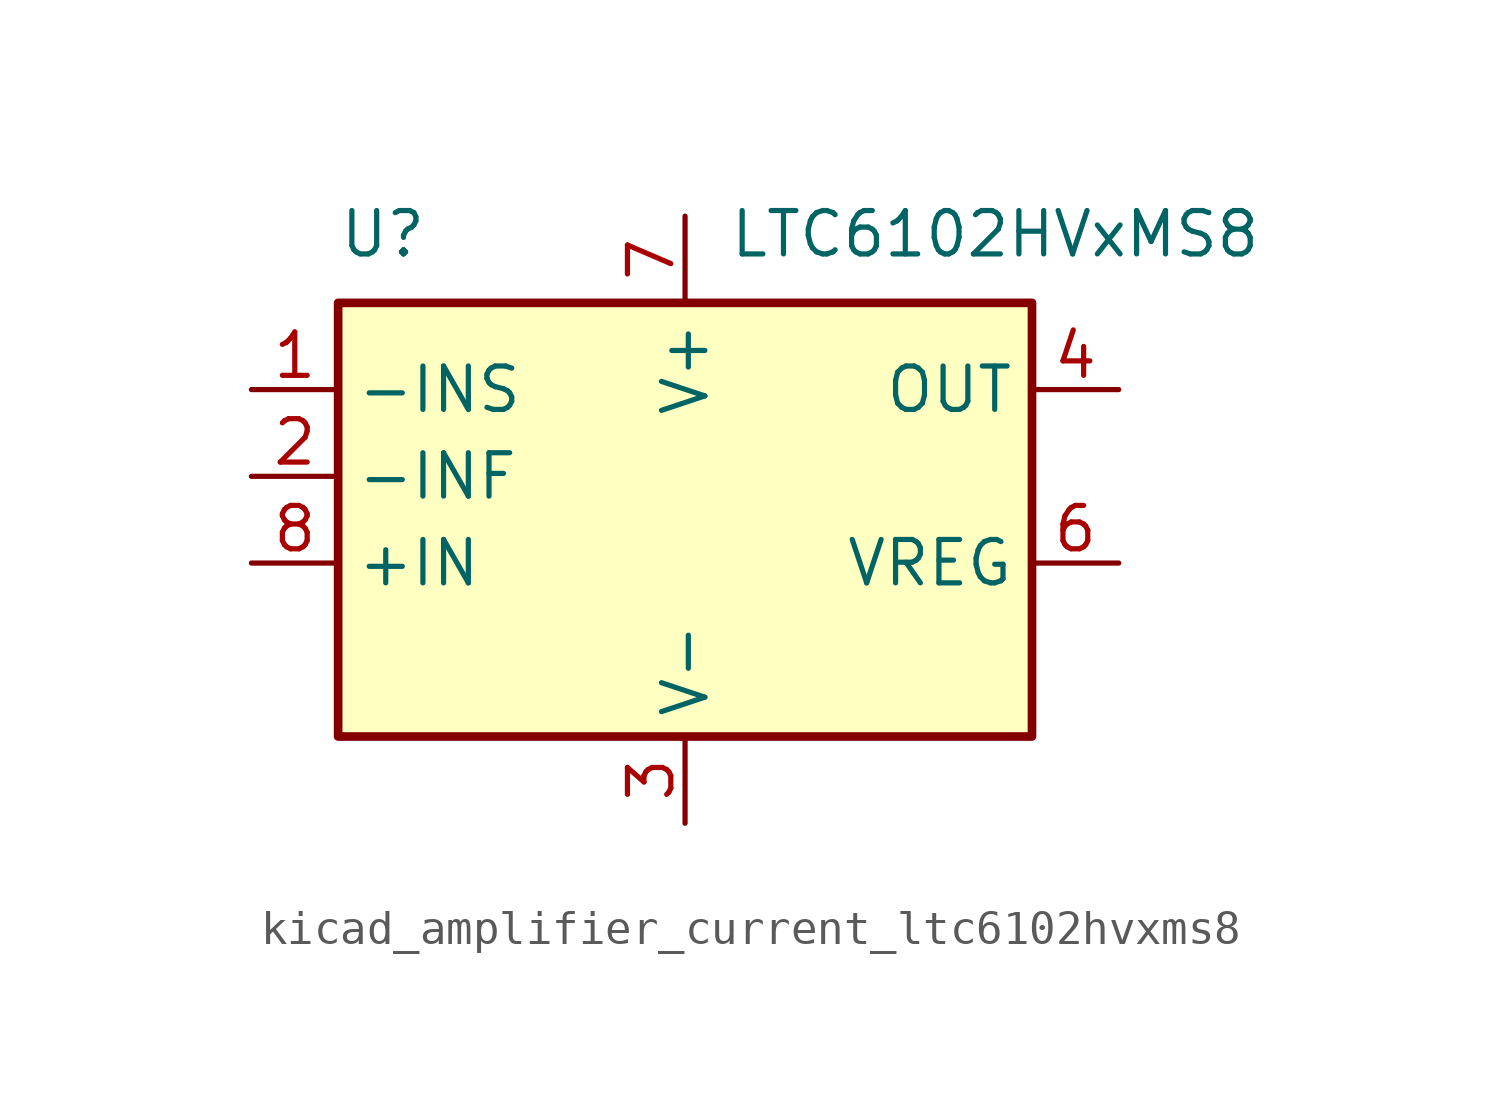
<source format=kicad_sym>
(kicad_symbol_lib
  (version 20220914)
  (generator kicad_symbol_editor)
  (symbol "kicad_amplifier_current_ltc6102hvxms8"
    (property "Reference" "U"
      (at -10.16 8.89 0)
      (effects (font (size 1.27 1.27)) (justify left bottom)))
    (property "Value" "LTC6102HVxMS8"
      (at 1.27 8.89 0)
      (effects (font (size 1.27 1.27)) (justify left bottom)))
    (symbol "kicad_amplifier_current_ltc6102hvxms8_0_1"
      (rectangle (start -10.16 7.62) (end 10.16 -5.08) (stroke (width 0.254) (type default)) (fill (type background))))
    (symbol "kicad_amplifier_current_ltc6102hvxms8_1_1"
      (pin input line (at -12.7 5.08 0) (length 2.54) (name "-INS" (effects (font (size 1.27 1.27)))) (number "1" (effects (font (size 1.27 1.27)))))
      (pin input line (at -12.7 2.54 0) (length 2.54) (name "-INF" (effects (font (size 1.27 1.27)))) (number "2" (effects (font (size 1.27 1.27)))))
      (pin power_in line (at 0 -7.62 90) (length 2.54) (name "V-" (effects (font (size 1.27 1.27)))) (number "3" (effects (font (size 1.27 1.27)))))
      (pin output line (at 12.7 5.08 180) (length 2.54) (name "OUT" (effects (font (size 1.27 1.27)))) (number "4" (effects (font (size 1.27 1.27)))))
      (pin passive line (at 0 -7.62 90) (length 2.54) hide (name "V-" (effects (font (size 1.27 1.27)))) (number "5" (effects (font (size 1.27 1.27)))))
      (pin output line (at 12.7 0 180) (length 2.54) (name "VREG" (effects (font (size 1.27 1.27)))) (number "6" (effects (font (size 1.27 1.27)))))
      (pin power_in line (at 0 10.16 270) (length 2.54) (name "V+" (effects (font (size 1.27 1.27)))) (number "7" (effects (font (size 1.27 1.27)))))
      (pin input line (at -12.7 0 0) (length 2.54) (name "+IN" (effects (font (size 1.27 1.27)))) (number "8" (effects (font (size 1.27 1.27))))))))
</source>
